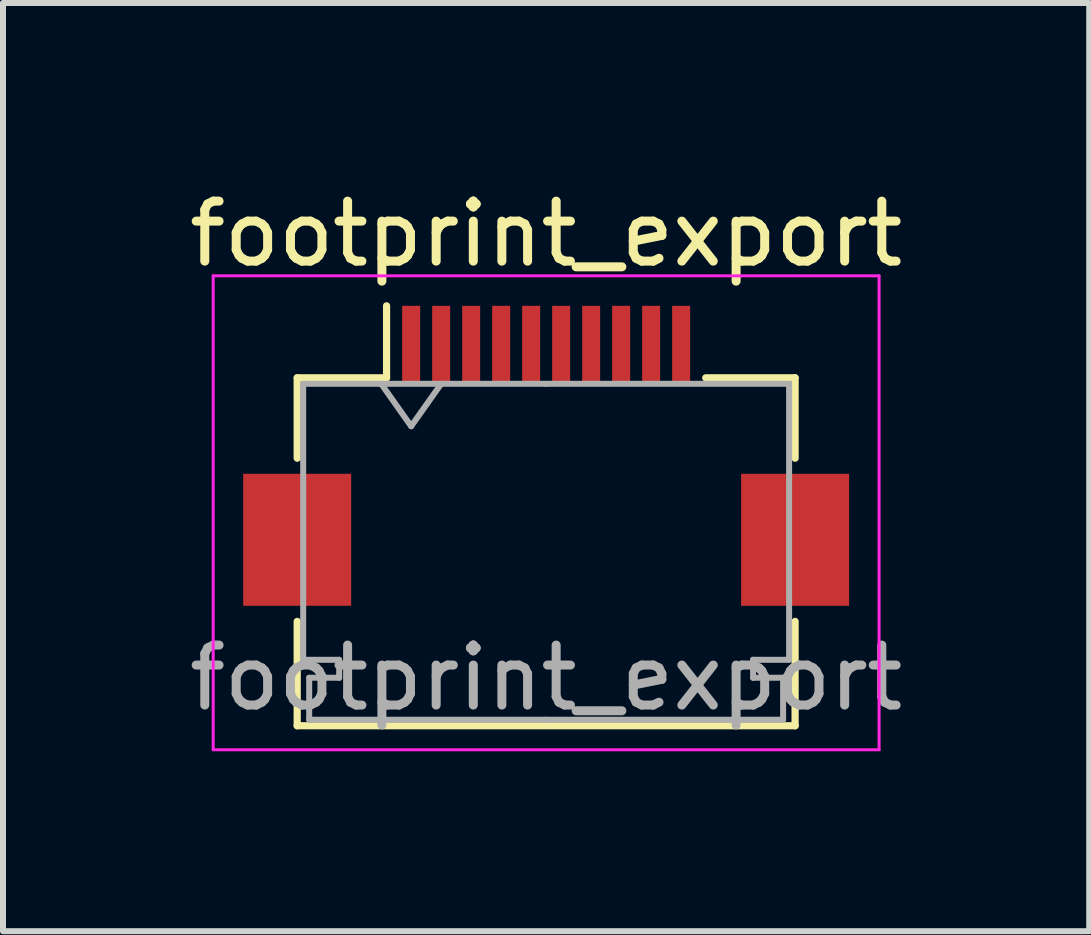
<source format=kicad_pcb>
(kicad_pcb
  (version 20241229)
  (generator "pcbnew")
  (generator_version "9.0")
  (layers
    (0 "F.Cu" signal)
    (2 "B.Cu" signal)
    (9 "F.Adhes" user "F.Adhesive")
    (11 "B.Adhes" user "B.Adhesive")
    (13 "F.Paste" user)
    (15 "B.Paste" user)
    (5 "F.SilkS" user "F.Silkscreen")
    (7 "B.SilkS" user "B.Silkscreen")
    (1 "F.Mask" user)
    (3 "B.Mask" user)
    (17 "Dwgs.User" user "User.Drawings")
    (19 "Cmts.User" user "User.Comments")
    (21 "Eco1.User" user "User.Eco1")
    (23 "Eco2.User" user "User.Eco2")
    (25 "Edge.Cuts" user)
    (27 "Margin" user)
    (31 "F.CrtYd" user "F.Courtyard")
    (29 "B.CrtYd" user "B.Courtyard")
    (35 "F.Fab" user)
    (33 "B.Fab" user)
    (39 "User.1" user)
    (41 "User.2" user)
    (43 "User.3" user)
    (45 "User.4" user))
  (footprint "footprint_export"
    (layer "F.Cu")
    (at 6.054 4.548)
    (property "Reference" "footprint_export" (at 0 -3.7 0) (layer "F.SilkS") (effects (font (size 1 1) (thickness 0.15))))
    (attr smd)
    (fp_line (start -4.15 -1.3) (end -4.15 0.04) (stroke (width 0.12) (type solid)) (layer "F.SilkS"))
    (fp_line (start -4.15 2.76) (end -4.15 4.5) (stroke (width 0.12) (type solid)) (layer "F.SilkS"))
    (fp_line (start -4.15 4.5) (end 4.15 4.5) (stroke (width 0.12) (type solid)) (layer "F.SilkS"))
    (fp_line (start -2.66 -1.3) (end -4.15 -1.3) (stroke (width 0.12) (type solid)) (layer "F.SilkS"))
    (fp_line (start -2.66 -1.3) (end -2.66 -2.5) (stroke (width 0.12) (type solid)) (layer "F.SilkS"))
    (fp_line (start 2.66 -1.3) (end 4.15 -1.3) (stroke (width 0.12) (type solid)) (layer "F.SilkS"))
    (fp_line (start 4.15 -1.3) (end 4.15 0.04) (stroke (width 0.12) (type solid)) (layer "F.SilkS"))
    (fp_line (start 4.15 4.5) (end 4.15 2.76) (stroke (width 0.12) (type solid)) (layer "F.SilkS"))
    (fp_line (start -5.55 -3) (end -5.55 4.9) (stroke (width 0.05) (type solid)) (layer "F.CrtYd"))
    (fp_line (start -5.55 4.9) (end 5.55 4.9) (stroke (width 0.05) (type solid)) (layer "F.CrtYd"))
    (fp_line (start 5.55 -3) (end -5.55 -3) (stroke (width 0.05) (type solid)) (layer "F.CrtYd"))
    (fp_line (start 5.55 4.9) (end 5.55 -3) (stroke (width 0.05) (type solid)) (layer "F.CrtYd"))
    (fp_line (start -4.05 -1.2) (end -4.05 3.4) (stroke (width 0.1) (type solid)) (layer "F.Fab"))
    (fp_line (start -4.05 3.4) (end -3.45 3.4) (stroke (width 0.1) (type solid)) (layer "F.Fab"))
    (fp_line (start -3.95 3.7) (end -3.95 4.4) (stroke (width 0.1) (type solid)) (layer "F.Fab"))
    (fp_line (start -3.95 4.4) (end 0 4.4) (stroke (width 0.1) (type solid)) (layer "F.Fab"))
    (fp_line (start -3.45 3.4) (end -3.45 3.7) (stroke (width 0.1) (type solid)) (layer "F.Fab"))
    (fp_line (start -3.45 3.7) (end -3.95 3.7) (stroke (width 0.1) (type solid)) (layer "F.Fab"))
    (fp_line (start -2.75 -1.2) (end -2.25 -0.493) (stroke (width 0.1) (type solid)) (layer "F.Fab"))
    (fp_line (start -2.25 -0.493) (end -1.75 -1.2) (stroke (width 0.1) (type solid)) (layer "F.Fab"))
    (fp_line (start 0 -1.2) (end -4.05 -1.2) (stroke (width 0.1) (type solid)) (layer "F.Fab"))
    (fp_line (start 0 -1.2) (end 4.05 -1.2) (stroke (width 0.1) (type solid)) (layer "F.Fab"))
    (fp_line (start 3.45 3.4) (end 3.45 3.7) (stroke (width 0.1) (type solid)) (layer "F.Fab"))
    (fp_line (start 3.45 3.7) (end 3.95 3.7) (stroke (width 0.1) (type solid)) (layer "F.Fab"))
    (fp_line (start 3.95 3.7) (end 3.95 4.4) (stroke (width 0.1) (type solid)) (layer "F.Fab"))
    (fp_line (start 3.95 4.4) (end 0 4.4) (stroke (width 0.1) (type solid)) (layer "F.Fab"))
    (fp_line (start 4.05 -1.2) (end 4.05 3.4) (stroke (width 0.1) (type solid)) (layer "F.Fab"))
    (fp_line (start 4.05 3.4) (end 3.45 3.4) (stroke (width 0.1) (type solid)) (layer "F.Fab"))
    (fp_text user "${REFERENCE}" (at 0 3.7 0) (layer "F.Fab") (effects (font (size 1 1) (thickness 0.15))))
    (pad "1" smd rect (at -2.25 -1.85) (size 0.3 1.3) (layers "F.Cu" "F.Mask" "F.Paste"))
    (pad "2" smd rect (at -1.75 -1.85) (size 0.3 1.3) (layers "F.Cu" "F.Mask" "F.Paste"))
    (pad "3" smd rect (at -1.25 -1.85) (size 0.3 1.3) (layers "F.Cu" "F.Mask" "F.Paste"))
    (pad "4" smd rect (at -0.75 -1.85) (size 0.3 1.3) (layers "F.Cu" "F.Mask" "F.Paste"))
    (pad "5" smd rect (at -0.25 -1.85) (size 0.3 1.3) (layers "F.Cu" "F.Mask" "F.Paste"))
    (pad "6" smd rect (at 0.25 -1.85) (size 0.3 1.3) (layers "F.Cu" "F.Mask" "F.Paste"))
    (pad "7" smd rect (at 0.75 -1.85) (size 0.3 1.3) (layers "F.Cu" "F.Mask" "F.Paste"))
    (pad "8" smd rect (at 1.25 -1.85) (size 0.3 1.3) (layers "F.Cu" "F.Mask" "F.Paste"))
    (pad "9" smd rect (at 1.75 -1.85) (size 0.3 1.3) (layers "F.Cu" "F.Mask" "F.Paste"))
    (pad "10" smd rect (at 2.25 -1.85) (size 0.3 1.3) (layers "F.Cu" "F.Mask" "F.Paste"))
    (pad "MP" smd rect (at -4.15 1.4) (size 1.8 2.2) (layers "F.Cu" "F.Mask" "F.Paste"))
    (pad "MP" smd rect (at 4.15 1.4) (size 1.8 2.2) (layers "F.Cu" "F.Mask" "F.Paste")))
  (gr_rect
    (start -3 -3)
    (end 15.107 12.473)
    (stroke (width 0.1) (type default))
    (fill no)
    (layer "Edge.Cuts")))
</source>
